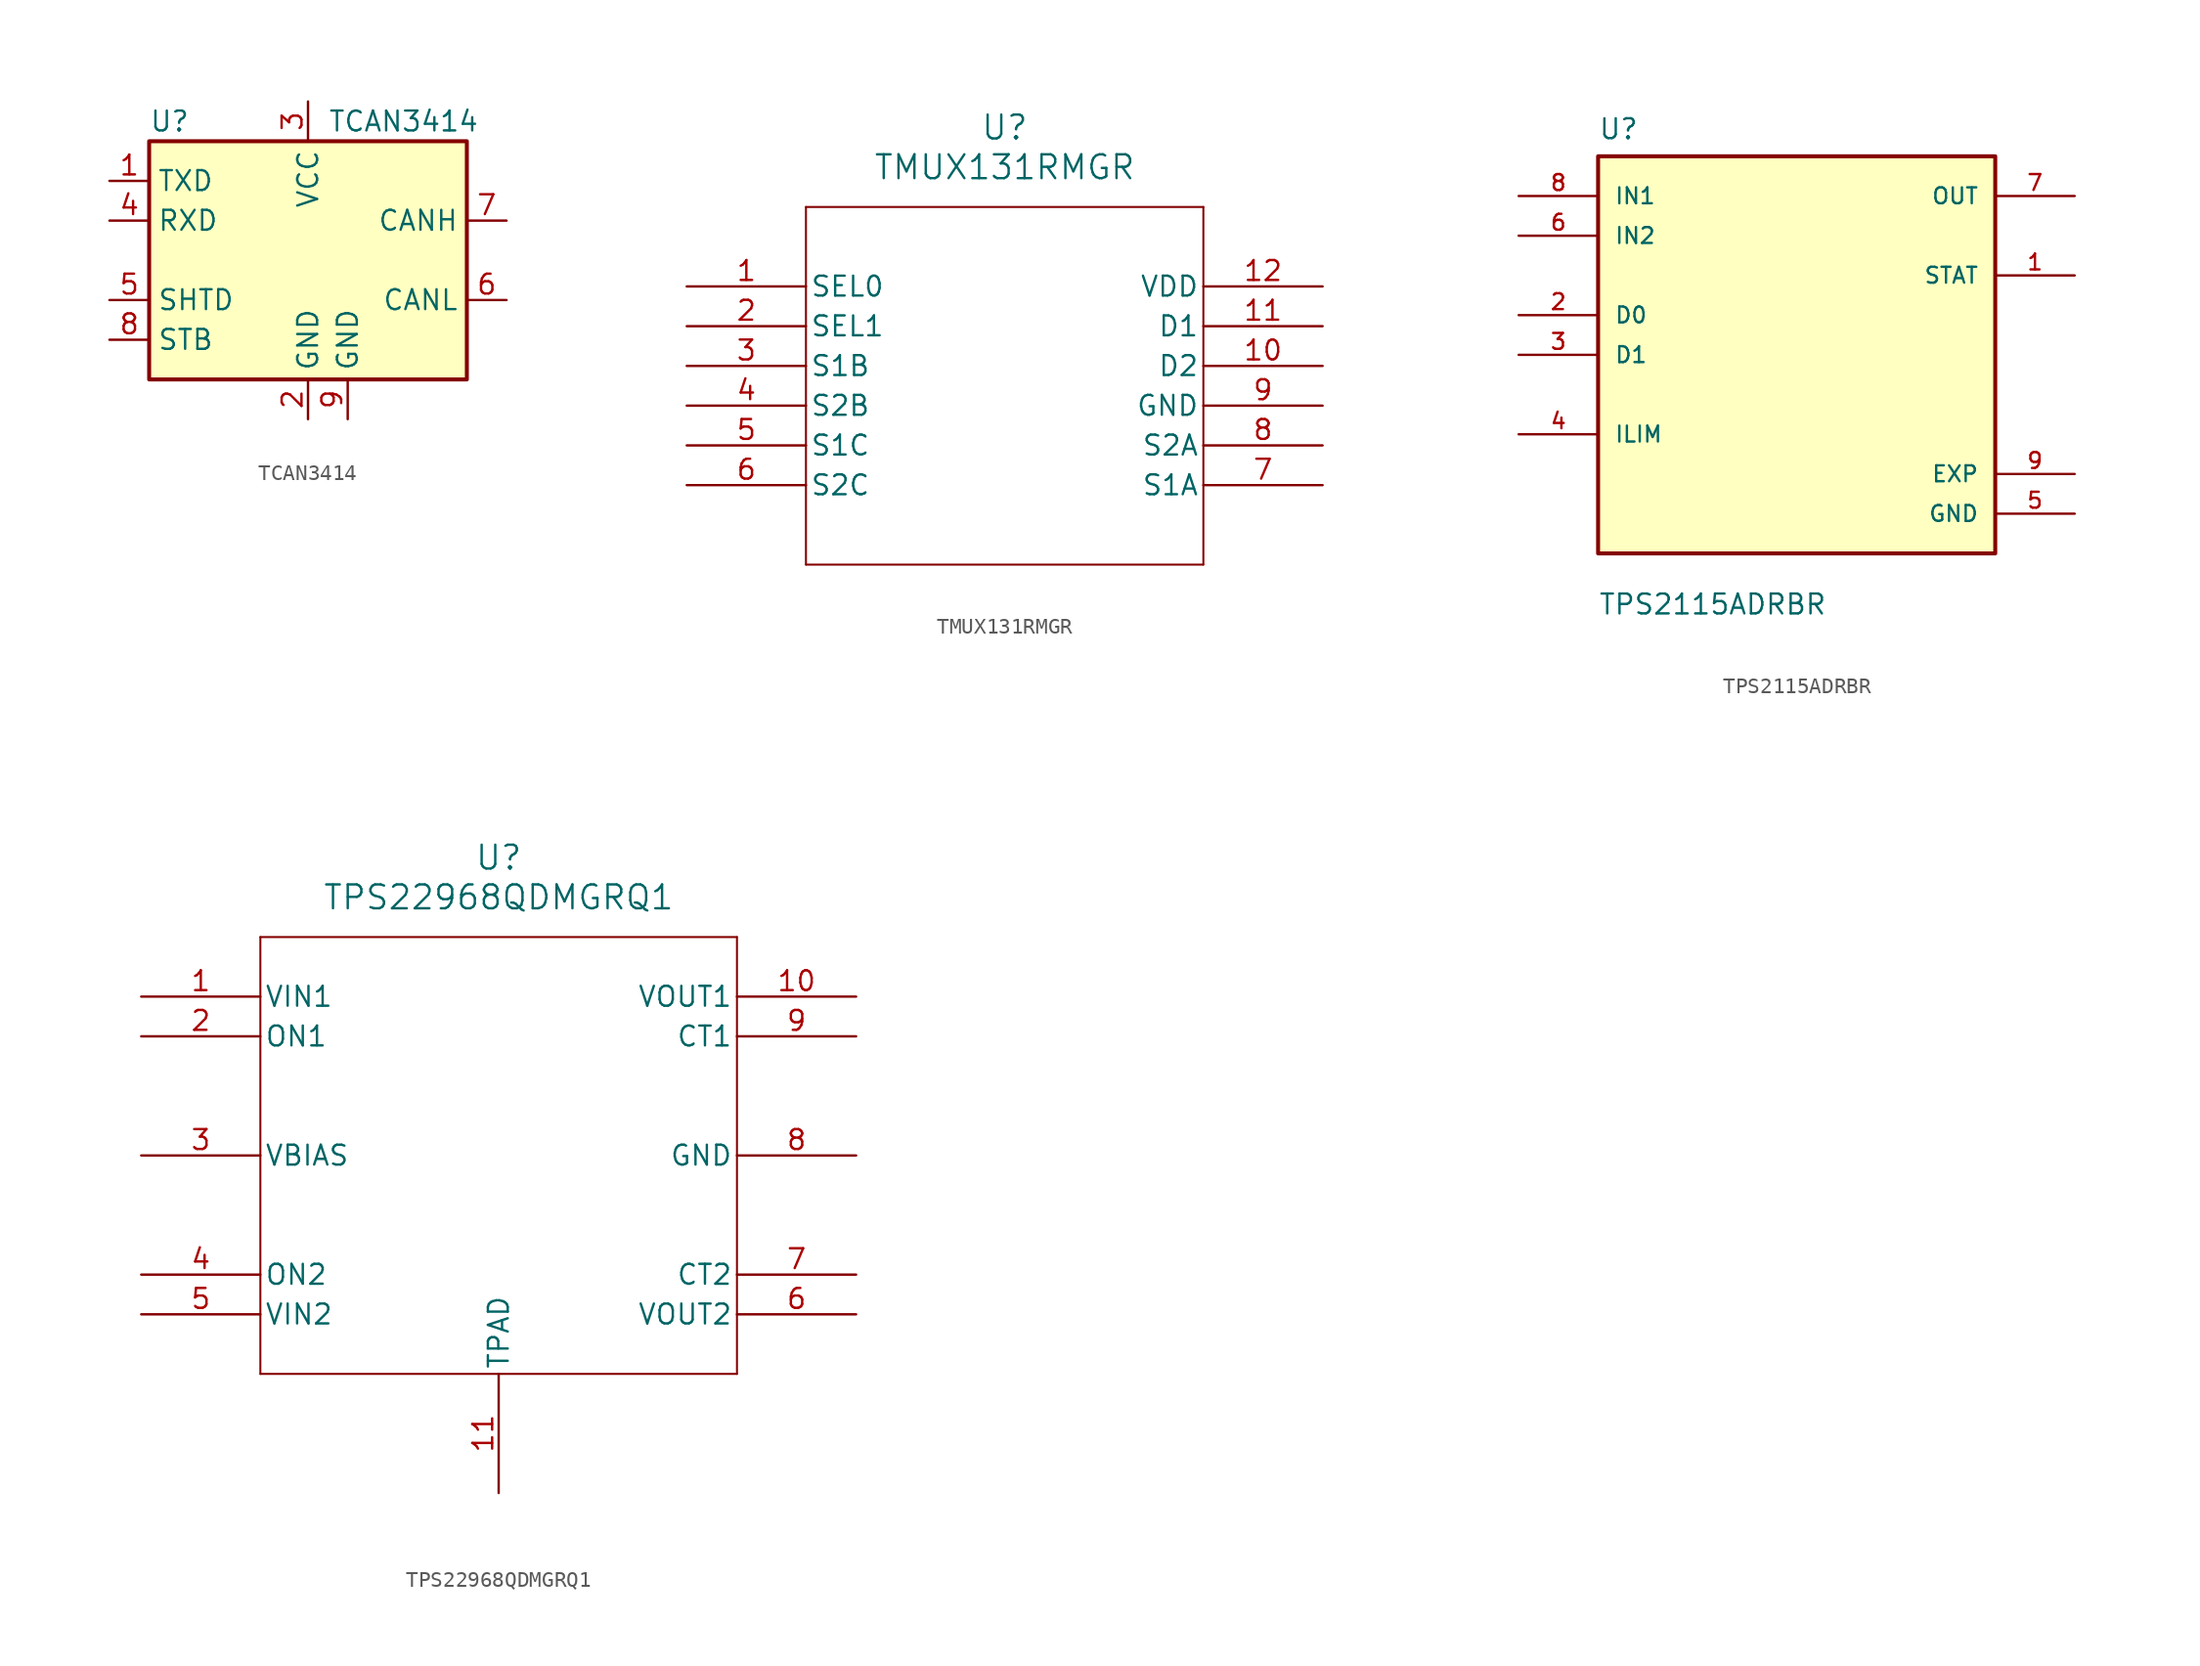
<source format=kicad_sym>
(kicad_symbol_lib
  (version 20241209)
  (generator "kicad_symbol_editor")
  (generator_version "9.0")
  (symbol "TCAN3414"
    (property "Reference" "U"
      (at -10.16 8.89 0)
      (effects (font (size 1.27 1.27)) (justify left)))
    (property "Value" "TCAN3414"
      (at 1.27 8.89 0)
      (effects (font (size 1.27 1.27)) (justify left)))
    (symbol "TCAN3414_0_1"
      (rectangle (start -10.16 7.62) (end 10.16 -7.62) (stroke (width 0.254) (type default)) (fill (type background))))
    (symbol "TCAN3414_1_1"
      (pin input line (at -12.7 5.08 0) (length 2.54) (name "TXD" (effects (font (size 1.27 1.27)))) (number "1" (effects (font (size 1.27 1.27)))))
      (pin output line (at -12.7 2.54 0) (length 2.54) (name "RXD" (effects (font (size 1.27 1.27)))) (number "4" (effects (font (size 1.27 1.27)))))
      (pin input line (at -12.7 -2.54 0) (length 2.54) (name "SHTD" (effects (font (size 1.27 1.27)))) (number "5" (effects (font (size 1.27 1.27)))))
      (pin input line (at -12.7 -5.08 0) (length 2.54) (name "STB" (effects (font (size 1.27 1.27)))) (number "8" (effects (font (size 1.27 1.27)))))
      (pin power_in line (at 0 10.16 270) (length 2.54) (name "VCC" (effects (font (size 1.27 1.27)))) (number "3" (effects (font (size 1.27 1.27)))))
      (pin power_in line (at 0 -10.16 90) (length 2.54) (name "GND" (effects (font (size 1.27 1.27)))) (number "2" (effects (font (size 1.27 1.27)))))
      (pin power_in line (at 2.54 -10.16 90) (length 2.54) (name "GND" (effects (font (size 1.27 1.27)))) (number "9" (effects (font (size 1.27 1.27)))))
      (pin bidirectional line (at 12.7 2.54 180) (length 2.54) (name "CANH" (effects (font (size 1.27 1.27)))) (number "7" (effects (font (size 1.27 1.27)))))
      (pin bidirectional line (at 12.7 -2.54 180) (length 2.54) (name "CANL" (effects (font (size 1.27 1.27)))) (number "6" (effects (font (size 1.27 1.27)))))))
  (symbol "TMUX131RMGR"
    (pin_names
      (offset 0.254))
    (property "Reference" "U"
      (at 20.32 10.16 0)
      (effects (font (size 1.524 1.524))))
    (property "Value" "TMUX131RMGR"
      (at 20.32 7.62 0)
      (effects (font (size 1.524 1.524))))
    (property "ki_locked" ""
      (at 0 0 0)
      (effects (font (size 1.27 1.27))))
    (symbol "TMUX131RMGR_0_1"
      (polyline (pts (xy 7.62 5.08) (xy 7.62 -17.78)) (stroke (width 0.127) (type default)) (fill (type none)))
      (polyline (pts (xy 7.62 -17.78) (xy 33.02 -17.78)) (stroke (width 0.127) (type default)) (fill (type none)))
      (polyline (pts (xy 33.02 5.08) (xy 7.62 5.08)) (stroke (width 0.127) (type default)) (fill (type none)))
      (polyline (pts (xy 33.02 -17.78) (xy 33.02 5.08)) (stroke (width 0.127) (type default)) (fill (type none)))
      (pin input line (at 0 0 0) (length 7.62) (name "SEL0" (effects (font (size 1.27 1.27)))) (number "1" (effects (font (size 1.27 1.27)))))
      (pin input line (at 0 -2.54 0) (length 7.62) (name "SEL1" (effects (font (size 1.27 1.27)))) (number "2" (effects (font (size 1.27 1.27)))))
      (pin bidirectional line (at 0 -5.08 0) (length 7.62) (name "S1B" (effects (font (size 1.27 1.27)))) (number "3" (effects (font (size 1.27 1.27)))))
      (pin bidirectional line (at 0 -7.62 0) (length 7.62) (name "S2B" (effects (font (size 1.27 1.27)))) (number "4" (effects (font (size 1.27 1.27)))))
      (pin bidirectional line (at 0 -10.16 0) (length 7.62) (name "S1C" (effects (font (size 1.27 1.27)))) (number "5" (effects (font (size 1.27 1.27)))))
      (pin bidirectional line (at 0 -12.7 0) (length 7.62) (name "S2C" (effects (font (size 1.27 1.27)))) (number "6" (effects (font (size 1.27 1.27)))))
      (pin power_in line (at 40.64 0 180) (length 7.62) (name "VDD" (effects (font (size 1.27 1.27)))) (number "12" (effects (font (size 1.27 1.27)))))
      (pin bidirectional line (at 40.64 -2.54 180) (length 7.62) (name "D1" (effects (font (size 1.27 1.27)))) (number "11" (effects (font (size 1.27 1.27)))))
      (pin bidirectional line (at 40.64 -5.08 180) (length 7.62) (name "D2" (effects (font (size 1.27 1.27)))) (number "10" (effects (font (size 1.27 1.27)))))
      (pin bidirectional line (at 40.64 -10.16 180) (length 7.62) (name "S2A" (effects (font (size 1.27 1.27)))) (number "8" (effects (font (size 1.27 1.27)))))
      (pin bidirectional line (at 40.64 -12.7 180) (length 7.62) (name "S1A" (effects (font (size 1.27 1.27)))) (number "7" (effects (font (size 1.27 1.27))))))
    (symbol "TMUX131RMGR_1_1"
      (pin power_in line (at 40.64 -7.62 180) (length 7.62) (name "GND" (effects (font (size 1.27 1.27)))) (number "9" (effects (font (size 1.27 1.27)))))))
  (symbol "TPS2115ADRBR"
    (pin_names
      (offset 1.016))
    (property "Reference" "U"
      (at -12.7 13.7 0)
      (effects (font (size 1.27 1.27)) (justify left bottom)))
    (property "Value" "TPS2115ADRBR"
      (at -12.7 -16.7 0)
      (effects (font (size 1.27 1.27)) (justify left bottom)))
    (symbol "TPS2115ADRBR_0_0"
      (rectangle (start -12.7 -12.7) (end 12.7 12.7) (stroke (width 0.254) (type default)) (fill (type background)))
      (pin input line (at -17.78 10.16 0) (length 5.08) (name "IN1" (effects (font (size 1.016 1.016)))) (number "8" (effects (font (size 1.016 1.016)))))
      (pin input line (at -17.78 7.62 0) (length 5.08) (name "IN2" (effects (font (size 1.016 1.016)))) (number "6" (effects (font (size 1.016 1.016)))))
      (pin input line (at -17.78 2.54 0) (length 5.08) (name "D0" (effects (font (size 1.016 1.016)))) (number "2" (effects (font (size 1.016 1.016)))))
      (pin input line (at -17.78 0 0) (length 5.08) (name "D1" (effects (font (size 1.016 1.016)))) (number "3" (effects (font (size 1.016 1.016)))))
      (pin input line (at -17.78 -5.08 0) (length 5.08) (name "ILIM" (effects (font (size 1.016 1.016)))) (number "4" (effects (font (size 1.016 1.016)))))
      (pin output line (at 17.78 10.16 180) (length 5.08) (name "OUT" (effects (font (size 1.016 1.016)))) (number "7" (effects (font (size 1.016 1.016)))))
      (pin output line (at 17.78 5.08 180) (length 5.08) (name "STAT" (effects (font (size 1.016 1.016)))) (number "1" (effects (font (size 1.016 1.016)))))
      (pin power_in line (at 17.78 -7.62 180) (length 5.08) (name "EXP" (effects (font (size 1.016 1.016)))) (number "9" (effects (font (size 1.016 1.016)))))
      (pin power_in line (at 17.78 -10.16 180) (length 5.08) (name "GND" (effects (font (size 1.016 1.016)))) (number "5" (effects (font (size 1.016 1.016)))))))
  (symbol "TPS22968QDMGRQ1"
    (pin_names
      (offset 0.254))
    (property "Reference" "U"
      (at 15.24 33.02 0)
      (effects (font (size 1.524 1.524))))
    (property "Value" "TPS22968QDMGRQ1"
      (at 15.24 30.48 0)
      (effects (font (size 1.524 1.524))))
    (property "ki_locked" ""
      (at 0 0 0)
      (effects (font (size 1.27 1.27))))
    (symbol "TPS22968QDMGRQ1_0_1"
      (polyline (pts (xy 0 27.94) (xy 0 0)) (stroke (width 0.127) (type default)) (fill (type none)))
      (polyline (pts (xy 0 0) (xy 30.48 0)) (stroke (width 0.127) (type default)) (fill (type none)))
      (polyline (pts (xy 30.48 27.94) (xy 0 27.94)) (stroke (width 0.127) (type default)) (fill (type none)))
      (polyline (pts (xy 30.48 0) (xy 30.48 27.94)) (stroke (width 0.127) (type default)) (fill (type none))))
    (symbol "TPS22968QDMGRQ1_1_1"
      (pin power_in line (at -7.62 24.13 0) (length 7.62) (name "VIN1" (effects (font (size 1.27 1.27)))) (number "1" (effects (font (size 1.27 1.27)))))
      (pin input line (at -7.62 21.59 0) (length 7.62) (name "ON1" (effects (font (size 1.27 1.27)))) (number "2" (effects (font (size 1.27 1.27)))))
      (pin power_in line (at -7.62 13.97 0) (length 7.62) (name "VBIAS" (effects (font (size 1.27 1.27)))) (number "3" (effects (font (size 1.27 1.27)))))
      (pin input line (at -7.62 6.35 0) (length 7.62) (name "ON2" (effects (font (size 1.27 1.27)))) (number "4" (effects (font (size 1.27 1.27)))))
      (pin power_in line (at -7.62 3.81 0) (length 7.62) (name "VIN2" (effects (font (size 1.27 1.27)))) (number "5" (effects (font (size 1.27 1.27)))))
      (pin power_in line (at 15.24 -7.62 90) (length 7.62) (name "TPAD" (effects (font (size 1.27 1.27)))) (number "11" (effects (font (size 1.27 1.27)))))
      (pin power_out line (at 38.1 24.13 180) (length 7.62) (name "VOUT1" (effects (font (size 1.27 1.27)))) (number "10" (effects (font (size 1.27 1.27)))))
      (pin output line (at 38.1 21.59 180) (length 7.62) (name "CT1" (effects (font (size 1.27 1.27)))) (number "9" (effects (font (size 1.27 1.27)))))
      (pin power_in line (at 38.1 13.97 180) (length 7.62) (name "GND" (effects (font (size 1.27 1.27)))) (number "8" (effects (font (size 1.27 1.27)))))
      (pin output line (at 38.1 6.35 180) (length 7.62) (name "CT2" (effects (font (size 1.27 1.27)))) (number "7" (effects (font (size 1.27 1.27)))))
      (pin power_out line (at 38.1 3.81 180) (length 7.62) (name "VOUT2" (effects (font (size 1.27 1.27)))) (number "6" (effects (font (size 1.27 1.27))))))))
</source>
